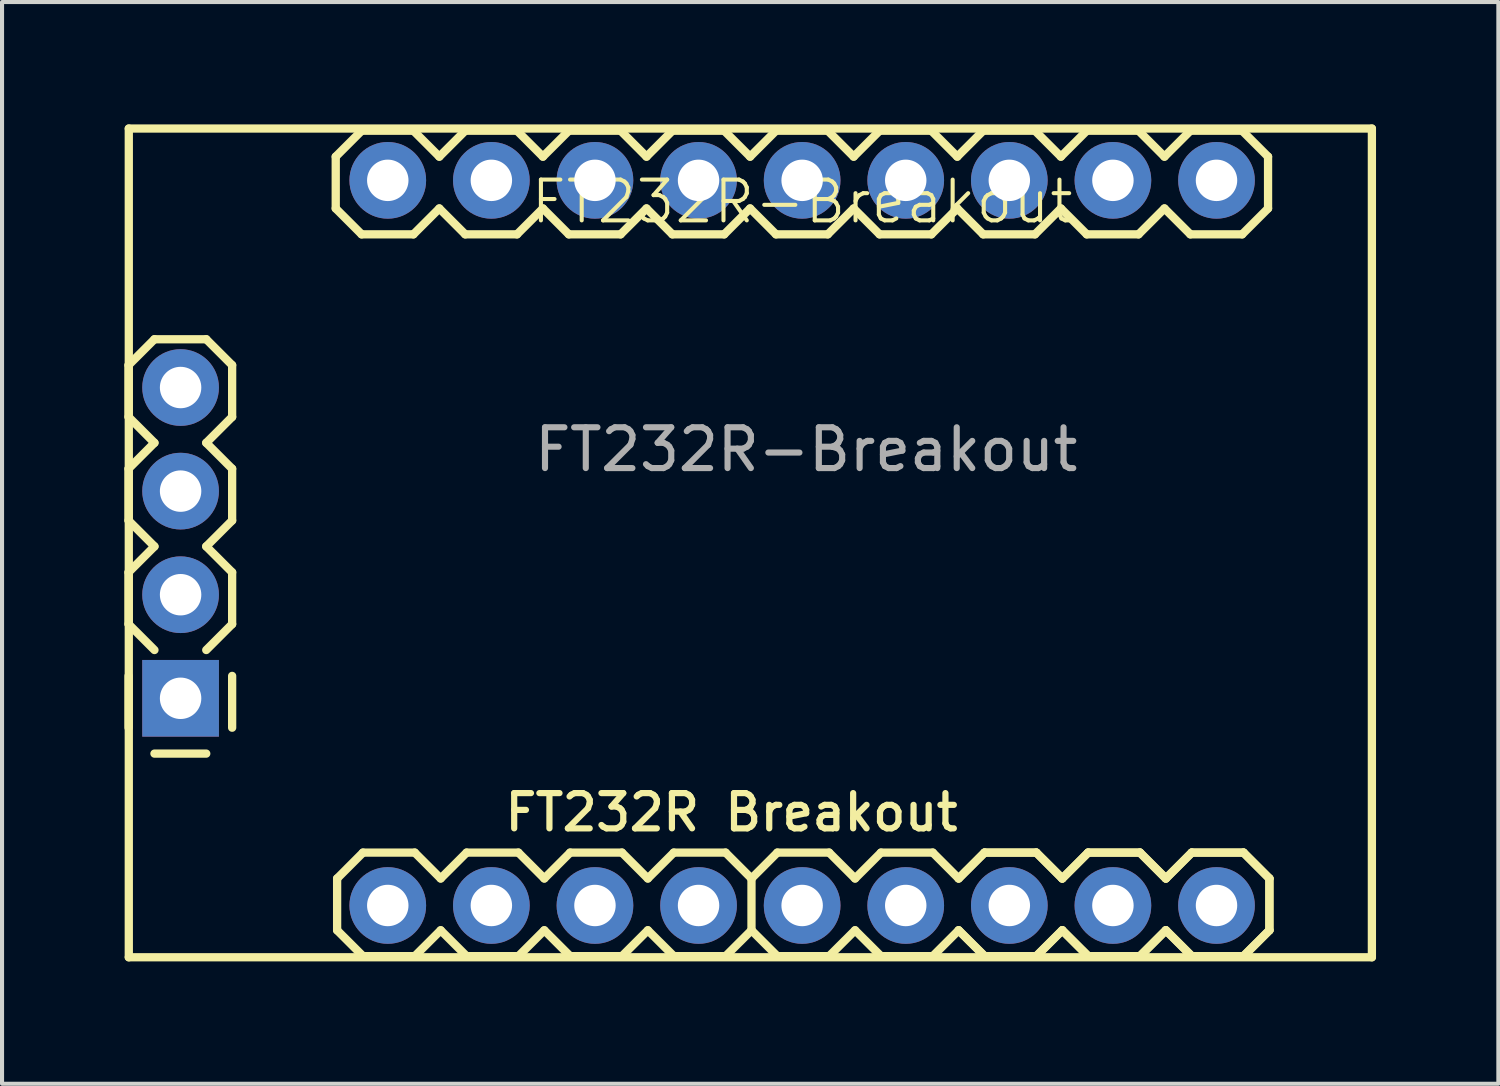
<source format=kicad_pcb>
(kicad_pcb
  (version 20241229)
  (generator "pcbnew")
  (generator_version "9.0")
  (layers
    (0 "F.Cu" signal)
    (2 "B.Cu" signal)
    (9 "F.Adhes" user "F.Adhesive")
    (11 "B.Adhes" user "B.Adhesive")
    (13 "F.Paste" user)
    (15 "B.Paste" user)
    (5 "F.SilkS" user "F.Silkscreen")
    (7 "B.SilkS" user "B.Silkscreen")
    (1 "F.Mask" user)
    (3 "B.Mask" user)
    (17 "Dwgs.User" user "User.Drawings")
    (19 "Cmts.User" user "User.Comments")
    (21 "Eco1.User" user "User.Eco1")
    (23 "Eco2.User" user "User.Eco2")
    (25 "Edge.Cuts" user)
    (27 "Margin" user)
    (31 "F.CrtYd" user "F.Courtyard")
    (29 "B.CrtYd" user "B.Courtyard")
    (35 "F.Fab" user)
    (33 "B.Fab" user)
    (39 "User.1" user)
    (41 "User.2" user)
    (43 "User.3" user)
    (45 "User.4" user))
  (footprint "FT232R-Breakout"
    (layer "F.Cu")
    (at 16.618 8.896)
    (property "Reference" "FT232R-Breakout" (at 0 -7 0) (unlocked yes) (layer "F.SilkS") (effects (font (size 1 1) (thickness 0.1))))
    (attr through_hole allow_missing_courtyard)
    (fp_line (start -16.516 -2.993) (end -15.881 -3.628) (stroke (width 0.203) (type solid)) (layer "F.SilkS"))
    (fp_line (start -16.516 -1.723) (end -16.516 -2.993) (stroke (width 0.203) (type solid)) (layer "F.SilkS"))
    (fp_line (start -16.516 -1.723) (end -15.881 -1.088) (stroke (width 0.203) (type solid)) (layer "F.SilkS"))
    (fp_line (start -16.516 -0.453) (end -15.881 -1.088) (stroke (width 0.203) (type solid)) (layer "F.SilkS"))
    (fp_line (start -16.516 0.817) (end -16.516 -0.453) (stroke (width 0.203) (type solid)) (layer "F.SilkS"))
    (fp_line (start -16.516 2.087) (end -15.881 1.452) (stroke (width 0.203) (type solid)) (layer "F.SilkS"))
    (fp_line (start -16.516 3.357) (end -16.516 2.087) (stroke (width 0.203) (type solid)) (layer "F.SilkS"))
    (fp_line (start -16.516 5.897) (end -16.516 4.627) (stroke (width 0.203) (type solid)) (layer "F.SilkS"))
    (fp_line (start -16.51 -8.794) (end 13.97 -8.794) (stroke (width 0.203) (type solid)) (layer "F.SilkS"))
    (fp_line (start -16.51 11.526) (end -16.51 -8.794) (stroke (width 0.203) (type solid)) (layer "F.SilkS"))
    (fp_line (start -15.881 -3.628) (end -14.611 -3.628) (stroke (width 0.203) (type solid)) (layer "F.SilkS"))
    (fp_line (start -15.881 1.452) (end -16.516 0.817) (stroke (width 0.203) (type solid)) (layer "F.SilkS"))
    (fp_line (start -15.881 3.992) (end -16.516 3.357) (stroke (width 0.203) (type solid)) (layer "F.SilkS"))
    (fp_line (start -15.881 6.532) (end -14.611 6.532) (stroke (width 0.203) (type solid)) (layer "F.SilkS"))
    (fp_line (start -14.611 -3.628) (end -13.976 -2.993) (stroke (width 0.203) (type solid)) (layer "F.SilkS"))
    (fp_line (start -14.611 -1.088) (end -13.976 -1.723) (stroke (width 0.203) (type solid)) (layer "F.SilkS"))
    (fp_line (start -14.611 -1.088) (end -13.976 -0.453) (stroke (width 0.203) (type solid)) (layer "F.SilkS"))
    (fp_line (start -14.611 1.452) (end -13.976 2.087) (stroke (width 0.203) (type solid)) (layer "F.SilkS"))
    (fp_line (start -13.976 -2.993) (end -13.976 -1.723) (stroke (width 0.203) (type solid)) (layer "F.SilkS"))
    (fp_line (start -13.976 -0.453) (end -13.976 0.817) (stroke (width 0.203) (type solid)) (layer "F.SilkS"))
    (fp_line (start -13.976 0.817) (end -14.611 1.452) (stroke (width 0.203) (type solid)) (layer "F.SilkS"))
    (fp_line (start -13.976 2.087) (end -13.976 3.357) (stroke (width 0.203) (type solid)) (layer "F.SilkS"))
    (fp_line (start -13.976 3.357) (end -14.611 3.992) (stroke (width 0.203) (type solid)) (layer "F.SilkS"))
    (fp_line (start -13.976 4.627) (end -13.976 5.897) (stroke (width 0.203) (type solid)) (layer "F.SilkS"))
    (fp_line (start -11.436 -8.105) (end -11.436 -6.835) (stroke (width 0.203) (type solid)) (layer "F.SilkS"))
    (fp_line (start -11.436 -6.835) (end -10.801 -6.2) (stroke (width 0.203) (type solid)) (layer "F.SilkS"))
    (fp_line (start -11.402 9.594) (end -11.402 10.864) (stroke (width 0.203) (type solid)) (layer "F.SilkS"))
    (fp_line (start -11.402 10.864) (end -10.768 11.498) (stroke (width 0.203) (type solid)) (layer "F.SilkS"))
    (fp_line (start -10.801 -8.74) (end -11.436 -8.105) (stroke (width 0.203) (type solid)) (layer "F.SilkS"))
    (fp_line (start -10.801 -8.74) (end -9.531 -8.74) (stroke (width 0.203) (type solid)) (layer "F.SilkS"))
    (fp_line (start -10.768 8.959) (end -11.402 9.594) (stroke (width 0.203) (type solid)) (layer "F.SilkS"))
    (fp_line (start -10.768 8.959) (end -9.498 8.959) (stroke (width 0.203) (type solid)) (layer "F.SilkS"))
    (fp_line (start -9.531 -8.74) (end -8.896 -8.105) (stroke (width 0.203) (type solid)) (layer "F.SilkS"))
    (fp_line (start -9.531 -6.2) (end -10.801 -6.2) (stroke (width 0.203) (type solid)) (layer "F.SilkS"))
    (fp_line (start -9.498 8.959) (end -8.863 9.594) (stroke (width 0.203) (type solid)) (layer "F.SilkS"))
    (fp_line (start -9.498 11.498) (end -10.768 11.498) (stroke (width 0.203) (type solid)) (layer "F.SilkS"))
    (fp_line (start -8.896 -8.105) (end -8.261 -8.74) (stroke (width 0.203) (type solid)) (layer "F.SilkS"))
    (fp_line (start -8.896 -6.835) (end -9.531 -6.2) (stroke (width 0.203) (type solid)) (layer "F.SilkS"))
    (fp_line (start -8.863 9.594) (end -8.227 8.959) (stroke (width 0.203) (type solid)) (layer "F.SilkS"))
    (fp_line (start -8.863 10.864) (end -9.498 11.498) (stroke (width 0.203) (type solid)) (layer "F.SilkS"))
    (fp_line (start -8.261 -8.74) (end -6.991 -8.74) (stroke (width 0.203) (type solid)) (layer "F.SilkS"))
    (fp_line (start -8.261 -6.2) (end -8.896 -6.835) (stroke (width 0.203) (type solid)) (layer "F.SilkS"))
    (fp_line (start -8.227 8.959) (end -6.957 8.959) (stroke (width 0.203) (type solid)) (layer "F.SilkS"))
    (fp_line (start -8.227 11.498) (end -8.863 10.864) (stroke (width 0.203) (type solid)) (layer "F.SilkS"))
    (fp_line (start -6.991 -8.74) (end -6.356 -8.105) (stroke (width 0.203) (type solid)) (layer "F.SilkS"))
    (fp_line (start -6.991 -6.2) (end -8.261 -6.2) (stroke (width 0.203) (type solid)) (layer "F.SilkS"))
    (fp_line (start -6.957 8.959) (end -6.322 9.594) (stroke (width 0.203) (type solid)) (layer "F.SilkS"))
    (fp_line (start -6.957 11.498) (end -8.227 11.498) (stroke (width 0.203) (type solid)) (layer "F.SilkS"))
    (fp_line (start -6.356 -8.105) (end -5.721 -8.74) (stroke (width 0.203) (type solid)) (layer "F.SilkS"))
    (fp_line (start -6.356 -6.835) (end -6.991 -6.2) (stroke (width 0.203) (type solid)) (layer "F.SilkS"))
    (fp_line (start -6.322 9.594) (end -5.688 8.959) (stroke (width 0.203) (type solid)) (layer "F.SilkS"))
    (fp_line (start -6.322 10.864) (end -6.957 11.498) (stroke (width 0.203) (type solid)) (layer "F.SilkS"))
    (fp_line (start -5.721 -8.74) (end -4.451 -8.74) (stroke (width 0.203) (type solid)) (layer "F.SilkS"))
    (fp_line (start -5.721 -6.2) (end -6.356 -6.835) (stroke (width 0.203) (type solid)) (layer "F.SilkS"))
    (fp_line (start -5.688 8.959) (end -4.418 8.959) (stroke (width 0.203) (type solid)) (layer "F.SilkS"))
    (fp_line (start -5.688 11.498) (end -6.322 10.864) (stroke (width 0.203) (type solid)) (layer "F.SilkS"))
    (fp_line (start -4.451 -8.74) (end -3.816 -8.105) (stroke (width 0.203) (type solid)) (layer "F.SilkS"))
    (fp_line (start -4.451 -6.2) (end -5.721 -6.2) (stroke (width 0.203) (type solid)) (layer "F.SilkS"))
    (fp_line (start -4.418 8.959) (end -3.783 9.594) (stroke (width 0.203) (type solid)) (layer "F.SilkS"))
    (fp_line (start -4.418 11.498) (end -5.688 11.498) (stroke (width 0.203) (type solid)) (layer "F.SilkS"))
    (fp_line (start -3.816 -6.835) (end -4.451 -6.2) (stroke (width 0.203) (type solid)) (layer "F.SilkS"))
    (fp_line (start -3.816 -6.835) (end -3.181 -6.2) (stroke (width 0.203) (type solid)) (layer "F.SilkS"))
    (fp_line (start -3.783 10.864) (end -4.418 11.498) (stroke (width 0.203) (type solid)) (layer "F.SilkS"))
    (fp_line (start -3.783 10.864) (end -3.147 11.498) (stroke (width 0.203) (type solid)) (layer "F.SilkS"))
    (fp_line (start -3.181 -8.74) (end -3.816 -8.105) (stroke (width 0.203) (type solid)) (layer "F.SilkS"))
    (fp_line (start -3.181 -8.74) (end -1.911 -8.74) (stroke (width 0.203) (type solid)) (layer "F.SilkS"))
    (fp_line (start -3.147 8.959) (end -3.783 9.594) (stroke (width 0.203) (type solid)) (layer "F.SilkS"))
    (fp_line (start -3.147 8.959) (end -1.877 8.959) (stroke (width 0.203) (type solid)) (layer "F.SilkS"))
    (fp_line (start -1.911 -8.74) (end -1.276 -8.105) (stroke (width 0.203) (type solid)) (layer "F.SilkS"))
    (fp_line (start -1.911 -6.2) (end -3.181 -6.2) (stroke (width 0.203) (type solid)) (layer "F.SilkS"))
    (fp_line (start -1.877 8.959) (end -1.242 9.594) (stroke (width 0.203) (type solid)) (layer "F.SilkS"))
    (fp_line (start -1.877 11.498) (end -3.147 11.498) (stroke (width 0.203) (type solid)) (layer "F.SilkS"))
    (fp_line (start -1.276 -8.105) (end -0.641 -8.74) (stroke (width 0.203) (type solid)) (layer "F.SilkS"))
    (fp_line (start -1.276 -6.835) (end -1.911 -6.2) (stroke (width 0.203) (type solid)) (layer "F.SilkS"))
    (fp_line (start -1.242 9.594) (end -1.242 10.864) (stroke (width 0.203) (type solid)) (layer "F.SilkS"))
    (fp_line (start -1.242 9.594) (end -0.608 8.959) (stroke (width 0.203) (type solid)) (layer "F.SilkS"))
    (fp_line (start -1.242 10.864) (end -1.877 11.498) (stroke (width 0.203) (type solid)) (layer "F.SilkS"))
    (fp_line (start -0.641 -8.74) (end 0.629 -8.74) (stroke (width 0.203) (type solid)) (layer "F.SilkS"))
    (fp_line (start -0.641 -6.2) (end -1.276 -6.835) (stroke (width 0.203) (type solid)) (layer "F.SilkS"))
    (fp_line (start -0.608 8.959) (end 0.662 8.959) (stroke (width 0.203) (type solid)) (layer "F.SilkS"))
    (fp_line (start -0.608 11.498) (end -1.242 10.864) (stroke (width 0.203) (type solid)) (layer "F.SilkS"))
    (fp_line (start 0.629 -8.74) (end 1.264 -8.105) (stroke (width 0.203) (type solid)) (layer "F.SilkS"))
    (fp_line (start 0.629 -6.2) (end -0.641 -6.2) (stroke (width 0.203) (type solid)) (layer "F.SilkS"))
    (fp_line (start 0.662 8.959) (end 1.298 9.594) (stroke (width 0.203) (type solid)) (layer "F.SilkS"))
    (fp_line (start 0.662 11.498) (end -0.608 11.498) (stroke (width 0.203) (type solid)) (layer "F.SilkS"))
    (fp_line (start 1.264 -8.105) (end 1.899 -8.74) (stroke (width 0.203) (type solid)) (layer "F.SilkS"))
    (fp_line (start 1.264 -6.835) (end 0.629 -6.2) (stroke (width 0.203) (type solid)) (layer "F.SilkS"))
    (fp_line (start 1.298 9.594) (end 1.933 8.959) (stroke (width 0.203) (type solid)) (layer "F.SilkS"))
    (fp_line (start 1.298 10.864) (end 0.662 11.498) (stroke (width 0.203) (type solid)) (layer "F.SilkS"))
    (fp_line (start 1.899 -8.74) (end 3.169 -8.74) (stroke (width 0.203) (type solid)) (layer "F.SilkS"))
    (fp_line (start 1.899 -6.2) (end 1.264 -6.835) (stroke (width 0.203) (type solid)) (layer "F.SilkS"))
    (fp_line (start 1.933 8.959) (end 3.203 8.959) (stroke (width 0.203) (type solid)) (layer "F.SilkS"))
    (fp_line (start 1.933 11.498) (end 1.298 10.864) (stroke (width 0.203) (type solid)) (layer "F.SilkS"))
    (fp_line (start 3.169 -8.74) (end 3.804 -8.105) (stroke (width 0.203) (type solid)) (layer "F.SilkS"))
    (fp_line (start 3.169 -6.2) (end 1.899 -6.2) (stroke (width 0.203) (type solid)) (layer "F.SilkS"))
    (fp_line (start 3.203 8.959) (end 3.837 9.594) (stroke (width 0.203) (type solid)) (layer "F.SilkS"))
    (fp_line (start 3.203 11.498) (end 1.933 11.498) (stroke (width 0.203) (type solid)) (layer "F.SilkS"))
    (fp_line (start 3.804 -6.835) (end 3.169 -6.2) (stroke (width 0.203) (type solid)) (layer "F.SilkS"))
    (fp_line (start 3.804 -6.835) (end 4.439 -6.2) (stroke (width 0.203) (type solid)) (layer "F.SilkS"))
    (fp_line (start 3.837 10.864) (end 3.203 11.498) (stroke (width 0.203) (type solid)) (layer "F.SilkS"))
    (fp_line (start 3.837 10.864) (end 4.473 11.498) (stroke (width 0.203) (type solid)) (layer "F.SilkS"))
    (fp_line (start 3.837 10.864) (end 4.473 11.498) (stroke (width 0.203) (type solid)) (layer "F.SilkS"))
    (fp_line (start 4.439 -8.74) (end 3.804 -8.105) (stroke (width 0.203) (type solid)) (layer "F.SilkS"))
    (fp_line (start 4.439 -8.74) (end 5.709 -8.74) (stroke (width 0.203) (type solid)) (layer "F.SilkS"))
    (fp_line (start 4.473 8.959) (end 3.837 9.594) (stroke (width 0.203) (type solid)) (layer "F.SilkS"))
    (fp_line (start 4.473 8.959) (end 3.837 9.594) (stroke (width 0.203) (type solid)) (layer "F.SilkS"))
    (fp_line (start 4.473 8.959) (end 5.742 8.959) (stroke (width 0.203) (type solid)) (layer "F.SilkS"))
    (fp_line (start 4.473 8.959) (end 5.742 8.959) (stroke (width 0.203) (type solid)) (layer "F.SilkS"))
    (fp_line (start 5.709 -8.74) (end 6.344 -8.105) (stroke (width 0.203) (type solid)) (layer "F.SilkS"))
    (fp_line (start 5.709 -6.2) (end 4.439 -6.2) (stroke (width 0.203) (type solid)) (layer "F.SilkS"))
    (fp_line (start 5.742 8.959) (end 6.378 9.594) (stroke (width 0.203) (type solid)) (layer "F.SilkS"))
    (fp_line (start 5.742 8.959) (end 6.378 9.594) (stroke (width 0.203) (type solid)) (layer "F.SilkS"))
    (fp_line (start 5.742 11.498) (end 4.473 11.498) (stroke (width 0.203) (type solid)) (layer "F.SilkS"))
    (fp_line (start 5.742 11.498) (end 4.473 11.498) (stroke (width 0.203) (type solid)) (layer "F.SilkS"))
    (fp_line (start 6.344 -6.835) (end 5.709 -6.2) (stroke (width 0.203) (type solid)) (layer "F.SilkS"))
    (fp_line (start 6.344 -6.835) (end 6.979 -6.2) (stroke (width 0.203) (type solid)) (layer "F.SilkS"))
    (fp_line (start 6.378 10.864) (end 5.742 11.498) (stroke (width 0.203) (type solid)) (layer "F.SilkS"))
    (fp_line (start 6.378 10.864) (end 5.742 11.498) (stroke (width 0.203) (type solid)) (layer "F.SilkS"))
    (fp_line (start 6.378 10.864) (end 7.013 11.498) (stroke (width 0.203) (type solid)) (layer "F.SilkS"))
    (fp_line (start 6.378 10.864) (end 7.013 11.498) (stroke (width 0.203) (type solid)) (layer "F.SilkS"))
    (fp_line (start 6.979 -8.74) (end 6.344 -8.105) (stroke (width 0.203) (type solid)) (layer "F.SilkS"))
    (fp_line (start 6.979 -8.74) (end 8.249 -8.74) (stroke (width 0.203) (type solid)) (layer "F.SilkS"))
    (fp_line (start 7.013 8.959) (end 6.378 9.594) (stroke (width 0.203) (type solid)) (layer "F.SilkS"))
    (fp_line (start 7.013 8.959) (end 6.378 9.594) (stroke (width 0.203) (type solid)) (layer "F.SilkS"))
    (fp_line (start 7.013 8.959) (end 8.283 8.959) (stroke (width 0.203) (type solid)) (layer "F.SilkS"))
    (fp_line (start 7.013 8.959) (end 8.283 8.959) (stroke (width 0.203) (type solid)) (layer "F.SilkS"))
    (fp_line (start 8.249 -8.74) (end 8.884 -8.105) (stroke (width 0.203) (type solid)) (layer "F.SilkS"))
    (fp_line (start 8.249 -6.2) (end 6.979 -6.2) (stroke (width 0.203) (type solid)) (layer "F.SilkS"))
    (fp_line (start 8.283 8.959) (end 8.918 9.594) (stroke (width 0.203) (type solid)) (layer "F.SilkS"))
    (fp_line (start 8.283 8.959) (end 8.918 9.594) (stroke (width 0.203) (type solid)) (layer "F.SilkS"))
    (fp_line (start 8.283 11.498) (end 7.013 11.498) (stroke (width 0.203) (type solid)) (layer "F.SilkS"))
    (fp_line (start 8.283 11.498) (end 7.013 11.498) (stroke (width 0.203) (type solid)) (layer "F.SilkS"))
    (fp_line (start 8.884 -6.835) (end 8.249 -6.2) (stroke (width 0.203) (type solid)) (layer "F.SilkS"))
    (fp_line (start 8.884 -6.835) (end 9.519 -6.2) (stroke (width 0.203) (type solid)) (layer "F.SilkS"))
    (fp_line (start 8.918 10.864) (end 8.283 11.498) (stroke (width 0.203) (type solid)) (layer "F.SilkS"))
    (fp_line (start 8.918 10.864) (end 8.283 11.498) (stroke (width 0.203) (type solid)) (layer "F.SilkS"))
    (fp_line (start 8.918 10.864) (end 9.553 11.498) (stroke (width 0.203) (type solid)) (layer "F.SilkS"))
    (fp_line (start 8.918 10.864) (end 9.553 11.498) (stroke (width 0.203) (type solid)) (layer "F.SilkS"))
    (fp_line (start 9.519 -8.74) (end 8.884 -8.105) (stroke (width 0.203) (type solid)) (layer "F.SilkS"))
    (fp_line (start 9.519 -8.74) (end 10.789 -8.74) (stroke (width 0.203) (type solid)) (layer "F.SilkS"))
    (fp_line (start 9.553 8.959) (end 8.918 9.594) (stroke (width 0.203) (type solid)) (layer "F.SilkS"))
    (fp_line (start 9.553 8.959) (end 8.918 9.594) (stroke (width 0.203) (type solid)) (layer "F.SilkS"))
    (fp_line (start 9.553 8.959) (end 10.822 8.959) (stroke (width 0.203) (type solid)) (layer "F.SilkS"))
    (fp_line (start 9.553 8.959) (end 10.822 8.959) (stroke (width 0.203) (type solid)) (layer "F.SilkS"))
    (fp_line (start 10.789 -8.74) (end 11.424 -8.105) (stroke (width 0.203) (type solid)) (layer "F.SilkS"))
    (fp_line (start 10.789 -6.2) (end 9.519 -6.2) (stroke (width 0.203) (type solid)) (layer "F.SilkS"))
    (fp_line (start 10.822 8.959) (end 11.457 9.594) (stroke (width 0.203) (type solid)) (layer "F.SilkS"))
    (fp_line (start 10.822 8.959) (end 11.457 9.594) (stroke (width 0.203) (type solid)) (layer "F.SilkS"))
    (fp_line (start 10.822 11.498) (end 9.553 11.498) (stroke (width 0.203) (type solid)) (layer "F.SilkS"))
    (fp_line (start 10.822 11.498) (end 9.553 11.498) (stroke (width 0.203) (type solid)) (layer "F.SilkS"))
    (fp_line (start 11.424 -8.105) (end 11.424 -6.835) (stroke (width 0.203) (type solid)) (layer "F.SilkS"))
    (fp_line (start 11.424 -6.835) (end 10.789 -6.2) (stroke (width 0.203) (type solid)) (layer "F.SilkS"))
    (fp_line (start 11.457 9.594) (end 11.457 10.864) (stroke (width 0.203) (type solid)) (layer "F.SilkS"))
    (fp_line (start 11.457 9.594) (end 11.457 10.864) (stroke (width 0.203) (type solid)) (layer "F.SilkS"))
    (fp_line (start 11.457 10.864) (end 10.822 11.498) (stroke (width 0.203) (type solid)) (layer "F.SilkS"))
    (fp_line (start 11.457 10.864) (end 10.822 11.498) (stroke (width 0.203) (type solid)) (layer "F.SilkS"))
    (fp_line (start 13.97 -8.794) (end 13.97 11.526) (stroke (width 0.203) (type solid)) (layer "F.SilkS"))
    (fp_line (start 13.97 11.526) (end -16.51 11.526) (stroke (width 0.203) (type solid)) (layer "F.SilkS"))
    (fp_rect (start -15.5 -2.612) (end -14.992 -2.104) (stroke (width 0.1) (type default)) (fill no) (layer "F.Fab"))
    (fp_rect (start -15.5 -0.072) (end -14.992 0.436) (stroke (width 0.1) (type default)) (fill no) (layer "F.Fab"))
    (fp_rect (start -15.5 2.468) (end -14.992 2.976) (stroke (width 0.1) (type default)) (fill no) (layer "F.Fab"))
    (fp_rect (start -15.5 5.008) (end -14.992 5.516) (stroke (width 0.1) (type default)) (fill no) (layer "F.Fab"))
    (fp_poly (pts (xy -10.42 -7.216) (xy -9.912 -7.216) (xy -9.912 -7.724) (xy -10.42 -7.724)) (stroke (width 0.1) (type default)) (fill no) (layer "F.Fab"))
    (fp_poly (pts (xy -7.88 -7.216) (xy -7.372 -7.216) (xy -7.372 -7.724) (xy -7.88 -7.724)) (stroke (width 0.1) (type default)) (fill no) (layer "F.Fab"))
    (fp_poly (pts (xy -5.34 -7.216) (xy -4.832 -7.216) (xy -4.832 -7.724) (xy -5.34 -7.724)) (stroke (width 0.1) (type default)) (fill no) (layer "F.Fab"))
    (fp_poly (pts (xy -5.329 -7.27) (xy -4.821 -7.27) (xy -4.821 -7.778) (xy -5.329 -7.778)) (stroke (width 0.1) (type default)) (fill no) (layer "F.Fab"))
    (fp_poly (pts (xy -5.329 -7.27) (xy -4.821 -7.27) (xy -4.821 -7.778) (xy -5.329 -7.778)) (stroke (width 0.1) (type default)) (fill no) (layer "F.Fab"))
    (fp_poly (pts (xy -5.329 -7.27) (xy -4.821 -7.27) (xy -4.821 -7.778) (xy -5.329 -7.778)) (stroke (width 0.1) (type default)) (fill no) (layer "F.Fab"))
    (fp_poly (pts (xy -2.8 -7.216) (xy -2.292 -7.216) (xy -2.292 -7.724) (xy -2.8 -7.724)) (stroke (width 0.1) (type default)) (fill no) (layer "F.Fab"))
    (fp_poly (pts (xy -0.26 -7.216) (xy 0.248 -7.216) (xy 0.248 -7.724) (xy -0.26 -7.724)) (stroke (width 0.1) (type default)) (fill no) (layer "F.Fab"))
    (fp_poly (pts (xy -0.254 -7.27) (xy 0.254 -7.27) (xy 0.254 -7.778) (xy -0.254 -7.778)) (stroke (width 0.1) (type default)) (fill no) (layer "F.Fab"))
    (fp_poly (pts (xy -0.254 -7.27) (xy 0.254 -7.27) (xy 0.254 -7.778) (xy -0.254 -7.778)) (stroke (width 0.1) (type default)) (fill no) (layer "F.Fab"))
    (fp_poly (pts (xy -0.254 -7.27) (xy 0.254 -7.27) (xy 0.254 -7.778) (xy -0.254 -7.778)) (stroke (width 0.1) (type default)) (fill no) (layer "F.Fab"))
    (fp_poly (pts (xy -0.249 -7.27) (xy 0.259 -7.27) (xy 0.259 -7.778) (xy -0.249 -7.778)) (stroke (width 0.1) (type default)) (fill no) (layer "F.Fab"))
    (fp_poly (pts (xy -0.249 -7.27) (xy 0.259 -7.27) (xy 0.259 -7.778) (xy -0.249 -7.778)) (stroke (width 0.1) (type default)) (fill no) (layer "F.Fab"))
    (fp_poly (pts (xy 2.28 -7.216) (xy 2.788 -7.216) (xy 2.788 -7.724) (xy 2.28 -7.724)) (stroke (width 0.1) (type default)) (fill no) (layer "F.Fab"))
    (fp_poly (pts (xy 2.286 -7.27) (xy 2.794 -7.27) (xy 2.794 -7.778) (xy 2.286 -7.778)) (stroke (width 0.1) (type default)) (fill no) (layer "F.Fab"))
    (fp_poly (pts (xy 2.286 -7.27) (xy 2.794 -7.27) (xy 2.794 -7.778) (xy 2.286 -7.778)) (stroke (width 0.1) (type default)) (fill no) (layer "F.Fab"))
    (fp_poly (pts (xy 2.286 -7.27) (xy 2.794 -7.27) (xy 2.794 -7.778) (xy 2.286 -7.778)) (stroke (width 0.1) (type default)) (fill no) (layer "F.Fab"))
    (fp_poly (pts (xy 2.291 -7.27) (xy 2.799 -7.27) (xy 2.799 -7.778) (xy 2.291 -7.778)) (stroke (width 0.1) (type default)) (fill no) (layer "F.Fab"))
    (fp_poly (pts (xy 2.291 -7.27) (xy 2.799 -7.27) (xy 2.799 -7.778) (xy 2.291 -7.778)) (stroke (width 0.1) (type default)) (fill no) (layer "F.Fab"))
    (fp_poly (pts (xy 4.82 -7.216) (xy 5.328 -7.216) (xy 5.328 -7.724) (xy 4.82 -7.724)) (stroke (width 0.1) (type default)) (fill no) (layer "F.Fab"))
    (fp_poly (pts (xy 4.854 10.482) (xy 5.362 10.482) (xy 5.362 9.975) (xy 4.854 9.975)) (stroke (width 0.1) (type default)) (fill no) (layer "F.Fab"))
    (fp_poly (pts (xy 4.854 10.482) (xy 5.362 10.482) (xy 5.362 9.975) (xy 4.854 9.975)) (stroke (width 0.1) (type default)) (fill no) (layer "F.Fab"))
    (fp_poly (pts (xy 7.36 -7.216) (xy 7.868 -7.216) (xy 7.868 -7.724) (xy 7.36 -7.724)) (stroke (width 0.1) (type default)) (fill no) (layer "F.Fab"))
    (fp_poly (pts (xy 7.366 -7.27) (xy 7.874 -7.27) (xy 7.874 -7.778) (xy 7.366 -7.778)) (stroke (width 0.1) (type default)) (fill no) (layer "F.Fab"))
    (fp_poly (pts (xy 7.366 -7.27) (xy 7.874 -7.27) (xy 7.874 -7.778) (xy 7.366 -7.778)) (stroke (width 0.1) (type default)) (fill no) (layer "F.Fab"))
    (fp_poly (pts (xy 7.366 -7.27) (xy 7.874 -7.27) (xy 7.874 -7.778) (xy 7.366 -7.778)) (stroke (width 0.1) (type default)) (fill no) (layer "F.Fab"))
    (fp_poly (pts (xy 7.394 10.482) (xy 7.902 10.482) (xy 7.902 9.975) (xy 7.394 9.975)) (stroke (width 0.1) (type default)) (fill no) (layer "F.Fab"))
    (fp_poly (pts (xy 7.394 10.482) (xy 7.902 10.482) (xy 7.902 9.975) (xy 7.394 9.975)) (stroke (width 0.1) (type default)) (fill no) (layer "F.Fab"))
    (fp_poly (pts (xy 9.9 -7.216) (xy 10.408 -7.216) (xy 10.408 -7.724) (xy 9.9 -7.724)) (stroke (width 0.1) (type default)) (fill no) (layer "F.Fab"))
    (fp_poly (pts (xy 9.934 10.482) (xy 10.441 10.482) (xy 10.441 9.975) (xy 9.934 9.975)) (stroke (width 0.1) (type default)) (fill no) (layer "F.Fab"))
    (fp_poly (pts (xy 9.934 10.482) (xy 10.441 10.482) (xy 10.441 9.975) (xy 9.934 9.975)) (stroke (width 0.1) (type default)) (fill no) (layer "F.Fab"))
    (fp_text user "FT232R Breakout" (at -7.366 8.478 0) (unlocked yes) (layer "F.SilkS") (effects (font (size 0.864 0.864) (thickness 0.152)) (justify left bottom)))
    (fp_text user "${REFERENCE}" (at 0.1 -0.924 0) (unlocked yes) (layer "F.Fab") (effects (font (size 1 1) (thickness 0.15))))
    (pad "1" thru_hole rect (at -15.24 5.176 180) (size 1.88 1.88) (drill 1.016) (layers "*.Cu" "*.Mask"))
    (pad "2" thru_hole circle (at -15.24 2.636 180) (size 1.88 1.88) (drill 1.016) (layers "*.Cu" "*.Mask"))
    (pad "3" thru_hole circle (at -15.24 0.096 180) (size 1.88 1.88) (drill 1.016) (layers "*.Cu" "*.Mask"))
    (pad "4" thru_hole circle (at -15.24 -2.444 180) (size 1.88 1.88) (drill 1.016) (layers "*.Cu" "*.Mask"))
    (pad "5" thru_hole circle (at -10.16 -7.524 90) (size 1.88 1.88) (drill 1.016) (layers "*.Cu" "*.Mask"))
    (pad "6" thru_hole circle (at -7.62 -7.524 90) (size 1.88 1.88) (drill 1.016) (layers "*.Cu" "*.Mask"))
    (pad "7" thru_hole circle (at -5.08 -7.524 90) (size 1.88 1.88) (drill 1.016) (layers "*.Cu" "*.Mask"))
    (pad "8" thru_hole circle (at -2.54 -7.524 90) (size 1.88 1.88) (drill 1.016) (layers "*.Cu" "*.Mask"))
    (pad "9" thru_hole circle (at 0 -7.524 90) (size 1.88 1.88) (drill 1.016) (layers "*.Cu" "*.Mask"))
    (pad "10" thru_hole circle (at 2.54 -7.524 90) (size 1.88 1.88) (drill 1.016) (layers "*.Cu" "*.Mask"))
    (pad "11" thru_hole circle (at 5.08 -7.524 90) (size 1.88 1.88) (drill 1.016) (layers "*.Cu" "*.Mask"))
    (pad "12" thru_hole circle (at 7.62 -7.524 90) (size 1.88 1.88) (drill 1.016) (layers "*.Cu" "*.Mask"))
    (pad "13" thru_hole circle (at 10.16 -7.524 90) (size 1.88 1.88) (drill 1.016) (layers "*.Cu" "*.Mask"))
    (pad "14" thru_hole circle (at -10.16 10.256 90) (size 1.88 1.88) (drill 1.016) (layers "*.Cu" "*.Mask"))
    (pad "15" thru_hole circle (at -7.62 10.256 90) (size 1.88 1.88) (drill 1.016) (layers "*.Cu" "*.Mask"))
    (pad "16" thru_hole circle (at -5.08 10.256 90) (size 1.88 1.88) (drill 1.016) (layers "*.Cu" "*.Mask"))
    (pad "17" thru_hole circle (at -2.54 10.256 90) (size 1.88 1.88) (drill 1.016) (layers "*.Cu" "*.Mask"))
    (pad "18" thru_hole circle (at 0 10.256 90) (size 1.88 1.88) (drill 1.016) (layers "*.Cu" "*.Mask"))
    (pad "19" thru_hole circle (at 2.54 10.256 90) (size 1.88 1.88) (drill 1.016) (layers "*.Cu" "*.Mask"))
    (pad "20" thru_hole circle (at 5.08 10.256 90) (size 1.88 1.88) (drill 1.016) (layers "*.Cu" "*.Mask"))
    (pad "21" thru_hole circle (at 7.62 10.256 90) (size 1.88 1.88) (drill 1.016) (layers "*.Cu" "*.Mask"))
    (pad "22" thru_hole circle (at 10.16 10.256 90) (size 1.88 1.88) (drill 1.016) (layers "*.Cu" "*.Mask")))
  (gr_rect
    (start -3 -3)
    (end 33.689 23.523)
    (stroke (width 0.1) (type default))
    (fill no)
    (layer "Edge.Cuts")))
</source>
